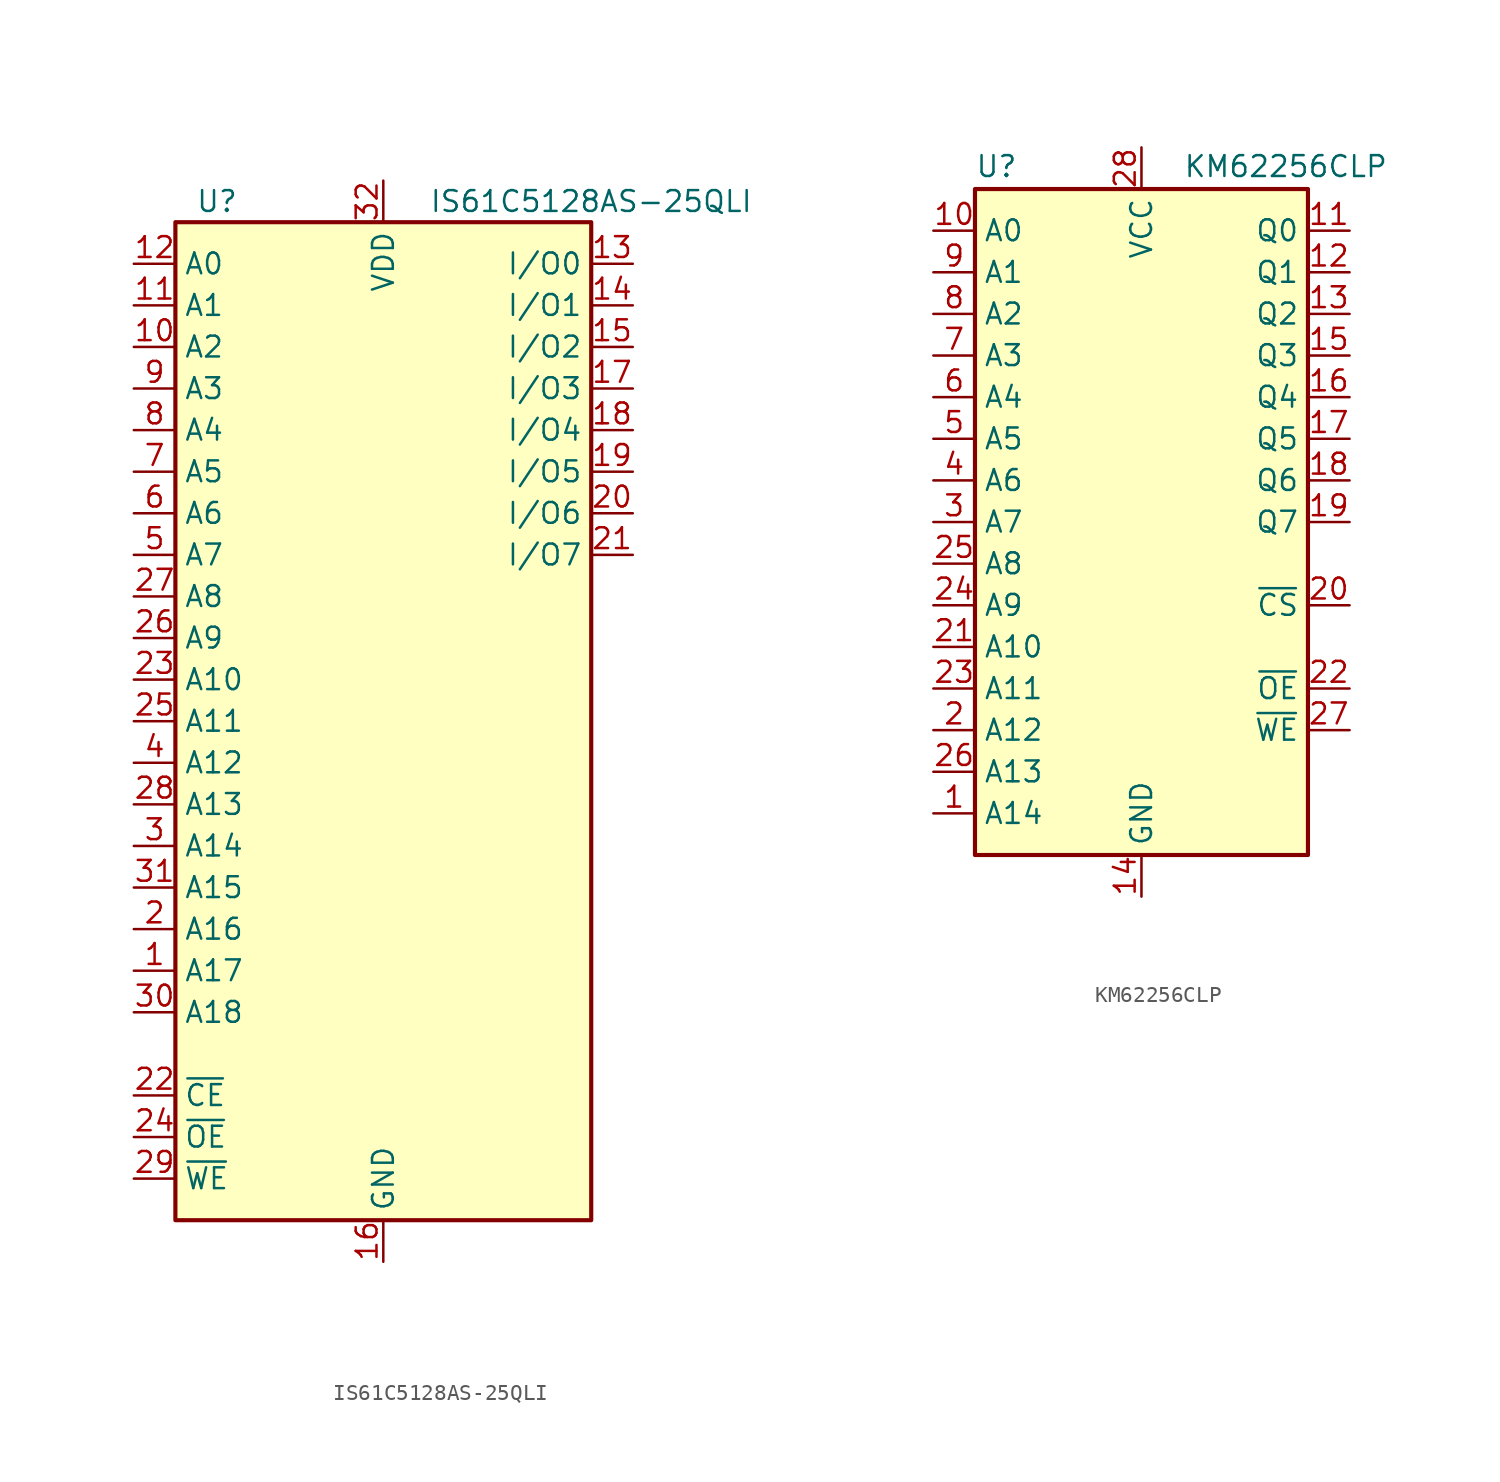
<source format=kicad_sym>
(kicad_symbol_lib
  (version 20241209)
  (generator "kicad_symbol_editor")
  (generator_version "9.0")
  (symbol "IS61C5128AS-25QLI"
    (property "Reference" "U"
      (at -10.16 31.75 0)
      (effects (font (size 1.27 1.27))))
    (property "Value" "IS61C5128AS-25QLI"
      (at 12.7 31.75 0)
      (effects (font (size 1.27 1.27))))
    (symbol "IS61C5128AS-25QLI_0_1"
      (rectangle (start -12.7 30.48) (end 12.7 -30.48) (stroke (width 0.254) (type default)) (fill (type background))))
    (symbol "IS61C5128AS-25QLI_1_1"
      (pin input line (at -15.24 27.94 0) (length 2.54) (name "A0" (effects (font (size 1.27 1.27)))) (number "12" (effects (font (size 1.27 1.27)))))
      (pin input line (at -15.24 25.4 0) (length 2.54) (name "A1" (effects (font (size 1.27 1.27)))) (number "11" (effects (font (size 1.27 1.27)))))
      (pin input line (at -15.24 22.86 0) (length 2.54) (name "A2" (effects (font (size 1.27 1.27)))) (number "10" (effects (font (size 1.27 1.27)))))
      (pin input line (at -15.24 20.32 0) (length 2.54) (name "A3" (effects (font (size 1.27 1.27)))) (number "9" (effects (font (size 1.27 1.27)))))
      (pin input line (at -15.24 17.78 0) (length 2.54) (name "A4" (effects (font (size 1.27 1.27)))) (number "8" (effects (font (size 1.27 1.27)))))
      (pin input line (at -15.24 15.24 0) (length 2.54) (name "A5" (effects (font (size 1.27 1.27)))) (number "7" (effects (font (size 1.27 1.27)))))
      (pin input line (at -15.24 12.7 0) (length 2.54) (name "A6" (effects (font (size 1.27 1.27)))) (number "6" (effects (font (size 1.27 1.27)))))
      (pin input line (at -15.24 10.16 0) (length 2.54) (name "A7" (effects (font (size 1.27 1.27)))) (number "5" (effects (font (size 1.27 1.27)))))
      (pin input line (at -15.24 7.62 0) (length 2.54) (name "A8" (effects (font (size 1.27 1.27)))) (number "27" (effects (font (size 1.27 1.27)))))
      (pin input line (at -15.24 5.08 0) (length 2.54) (name "A9" (effects (font (size 1.27 1.27)))) (number "26" (effects (font (size 1.27 1.27)))))
      (pin input line (at -15.24 2.54 0) (length 2.54) (name "A10" (effects (font (size 1.27 1.27)))) (number "23" (effects (font (size 1.27 1.27)))))
      (pin input line (at -15.24 0 0) (length 2.54) (name "A11" (effects (font (size 1.27 1.27)))) (number "25" (effects (font (size 1.27 1.27)))))
      (pin input line (at -15.24 -2.54 0) (length 2.54) (name "A12" (effects (font (size 1.27 1.27)))) (number "4" (effects (font (size 1.27 1.27)))))
      (pin input line (at -15.24 -5.08 0) (length 2.54) (name "A13" (effects (font (size 1.27 1.27)))) (number "28" (effects (font (size 1.27 1.27)))))
      (pin input line (at -15.24 -7.62 0) (length 2.54) (name "A14" (effects (font (size 1.27 1.27)))) (number "3" (effects (font (size 1.27 1.27)))))
      (pin input line (at -15.24 -10.16 0) (length 2.54) (name "A15" (effects (font (size 1.27 1.27)))) (number "31" (effects (font (size 1.27 1.27)))))
      (pin input line (at -15.24 -12.7 0) (length 2.54) (name "A16" (effects (font (size 1.27 1.27)))) (number "2" (effects (font (size 1.27 1.27)))))
      (pin input line (at -15.24 -15.24 0) (length 2.54) (name "A17" (effects (font (size 1.27 1.27)))) (number "1" (effects (font (size 1.27 1.27)))))
      (pin input line (at -15.24 -17.78 0) (length 2.54) (name "A18" (effects (font (size 1.27 1.27)))) (number "30" (effects (font (size 1.27 1.27)))))
      (pin input line (at -15.24 -22.86 0) (length 2.54) (name "~{CE}" (effects (font (size 1.27 1.27)))) (number "22" (effects (font (size 1.27 1.27)))))
      (pin input line (at -15.24 -25.4 0) (length 2.54) (name "~{OE}" (effects (font (size 1.27 1.27)))) (number "24" (effects (font (size 1.27 1.27)))))
      (pin input line (at -15.24 -27.94 0) (length 2.54) (name "~{WE}" (effects (font (size 1.27 1.27)))) (number "29" (effects (font (size 1.27 1.27)))))
      (pin power_in line (at 0 33.02 270) (length 2.54) (name "VDD" (effects (font (size 1.27 1.27)))) (number "32" (effects (font (size 1.27 1.27)))))
      (pin power_in line (at 0 -33.02 90) (length 2.54) (name "GND" (effects (font (size 1.27 1.27)))) (number "16" (effects (font (size 1.27 1.27)))))
      (pin bidirectional line (at 15.24 27.94 180) (length 2.54) (name "I/O0" (effects (font (size 1.27 1.27)))) (number "13" (effects (font (size 1.27 1.27)))))
      (pin bidirectional line (at 15.24 25.4 180) (length 2.54) (name "I/O1" (effects (font (size 1.27 1.27)))) (number "14" (effects (font (size 1.27 1.27)))))
      (pin bidirectional line (at 15.24 22.86 180) (length 2.54) (name "I/O2" (effects (font (size 1.27 1.27)))) (number "15" (effects (font (size 1.27 1.27)))))
      (pin bidirectional line (at 15.24 20.32 180) (length 2.54) (name "I/O3" (effects (font (size 1.27 1.27)))) (number "17" (effects (font (size 1.27 1.27)))))
      (pin bidirectional line (at 15.24 17.78 180) (length 2.54) (name "I/O4" (effects (font (size 1.27 1.27)))) (number "18" (effects (font (size 1.27 1.27)))))
      (pin bidirectional line (at 15.24 15.24 180) (length 2.54) (name "I/O5" (effects (font (size 1.27 1.27)))) (number "19" (effects (font (size 1.27 1.27)))))
      (pin bidirectional line (at 15.24 12.7 180) (length 2.54) (name "I/O6" (effects (font (size 1.27 1.27)))) (number "20" (effects (font (size 1.27 1.27)))))
      (pin bidirectional line (at 15.24 10.16 180) (length 2.54) (name "I/O7" (effects (font (size 1.27 1.27)))) (number "21" (effects (font (size 1.27 1.27)))))))
  (symbol "KM62256CLP"
    (property "Reference" "U"
      (at -10.16 20.955 0)
      (effects (font (size 1.27 1.27)) (justify left bottom)))
    (property "Value" "KM62256CLP"
      (at 2.54 20.955 0)
      (effects (font (size 1.27 1.27)) (justify left bottom)))
    (symbol "KM62256CLP_0_0"
      (pin power_in line (at 0 22.86 270) (length 2.54) (name "VCC" (effects (font (size 1.27 1.27)))) (number "28" (effects (font (size 1.27 1.27)))))
      (pin power_in line (at 0 -22.86 90) (length 2.54) (name "GND" (effects (font (size 1.27 1.27)))) (number "14" (effects (font (size 1.27 1.27))))))
    (symbol "KM62256CLP_0_1"
      (rectangle (start -10.16 20.32) (end 10.16 -20.32) (stroke (width 0.254) (type default)) (fill (type background))))
    (symbol "KM62256CLP_1_1"
      (pin input line (at -12.7 17.78 0) (length 2.54) (name "A0" (effects (font (size 1.27 1.27)))) (number "10" (effects (font (size 1.27 1.27)))))
      (pin input line (at -12.7 15.24 0) (length 2.54) (name "A1" (effects (font (size 1.27 1.27)))) (number "9" (effects (font (size 1.27 1.27)))))
      (pin input line (at -12.7 12.7 0) (length 2.54) (name "A2" (effects (font (size 1.27 1.27)))) (number "8" (effects (font (size 1.27 1.27)))))
      (pin input line (at -12.7 10.16 0) (length 2.54) (name "A3" (effects (font (size 1.27 1.27)))) (number "7" (effects (font (size 1.27 1.27)))))
      (pin input line (at -12.7 7.62 0) (length 2.54) (name "A4" (effects (font (size 1.27 1.27)))) (number "6" (effects (font (size 1.27 1.27)))))
      (pin input line (at -12.7 5.08 0) (length 2.54) (name "A5" (effects (font (size 1.27 1.27)))) (number "5" (effects (font (size 1.27 1.27)))))
      (pin input line (at -12.7 2.54 0) (length 2.54) (name "A6" (effects (font (size 1.27 1.27)))) (number "4" (effects (font (size 1.27 1.27)))))
      (pin input line (at -12.7 0 0) (length 2.54) (name "A7" (effects (font (size 1.27 1.27)))) (number "3" (effects (font (size 1.27 1.27)))))
      (pin input line (at -12.7 -2.54 0) (length 2.54) (name "A8" (effects (font (size 1.27 1.27)))) (number "25" (effects (font (size 1.27 1.27)))))
      (pin input line (at -12.7 -5.08 0) (length 2.54) (name "A9" (effects (font (size 1.27 1.27)))) (number "24" (effects (font (size 1.27 1.27)))))
      (pin input line (at -12.7 -7.62 0) (length 2.54) (name "A10" (effects (font (size 1.27 1.27)))) (number "21" (effects (font (size 1.27 1.27)))))
      (pin input line (at -12.7 -10.16 0) (length 2.54) (name "A11" (effects (font (size 1.27 1.27)))) (number "23" (effects (font (size 1.27 1.27)))))
      (pin input line (at -12.7 -12.7 0) (length 2.54) (name "A12" (effects (font (size 1.27 1.27)))) (number "2" (effects (font (size 1.27 1.27)))))
      (pin input line (at -12.7 -15.24 0) (length 2.54) (name "A13" (effects (font (size 1.27 1.27)))) (number "26" (effects (font (size 1.27 1.27)))))
      (pin input line (at -12.7 -17.78 0) (length 2.54) (name "A14" (effects (font (size 1.27 1.27)))) (number "1" (effects (font (size 1.27 1.27)))))
      (pin tri_state line (at 12.7 17.78 180) (length 2.54) (name "Q0" (effects (font (size 1.27 1.27)))) (number "11" (effects (font (size 1.27 1.27)))))
      (pin tri_state line (at 12.7 15.24 180) (length 2.54) (name "Q1" (effects (font (size 1.27 1.27)))) (number "12" (effects (font (size 1.27 1.27)))))
      (pin tri_state line (at 12.7 12.7 180) (length 2.54) (name "Q2" (effects (font (size 1.27 1.27)))) (number "13" (effects (font (size 1.27 1.27)))))
      (pin tri_state line (at 12.7 10.16 180) (length 2.54) (name "Q3" (effects (font (size 1.27 1.27)))) (number "15" (effects (font (size 1.27 1.27)))))
      (pin tri_state line (at 12.7 7.62 180) (length 2.54) (name "Q4" (effects (font (size 1.27 1.27)))) (number "16" (effects (font (size 1.27 1.27)))))
      (pin tri_state line (at 12.7 5.08 180) (length 2.54) (name "Q5" (effects (font (size 1.27 1.27)))) (number "17" (effects (font (size 1.27 1.27)))))
      (pin tri_state line (at 12.7 2.54 180) (length 2.54) (name "Q6" (effects (font (size 1.27 1.27)))) (number "18" (effects (font (size 1.27 1.27)))))
      (pin tri_state line (at 12.7 0 180) (length 2.54) (name "Q7" (effects (font (size 1.27 1.27)))) (number "19" (effects (font (size 1.27 1.27)))))
      (pin input line (at 12.7 -5.08 180) (length 2.54) (name "~{CS}" (effects (font (size 1.27 1.27)))) (number "20" (effects (font (size 1.27 1.27)))))
      (pin input line (at 12.7 -10.16 180) (length 2.54) (name "~{OE}" (effects (font (size 1.27 1.27)))) (number "22" (effects (font (size 1.27 1.27)))))
      (pin input line (at 12.7 -12.7 180) (length 2.54) (name "~{WE}" (effects (font (size 1.27 1.27)))) (number "27" (effects (font (size 1.27 1.27))))))))
</source>
